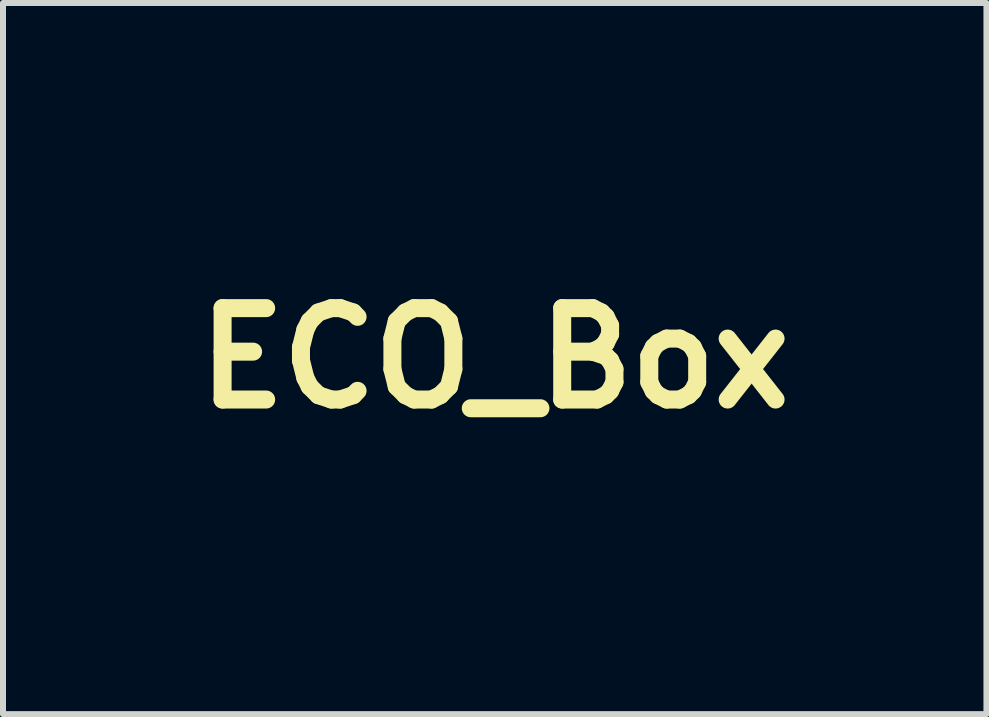
<source format=kicad_pcb>
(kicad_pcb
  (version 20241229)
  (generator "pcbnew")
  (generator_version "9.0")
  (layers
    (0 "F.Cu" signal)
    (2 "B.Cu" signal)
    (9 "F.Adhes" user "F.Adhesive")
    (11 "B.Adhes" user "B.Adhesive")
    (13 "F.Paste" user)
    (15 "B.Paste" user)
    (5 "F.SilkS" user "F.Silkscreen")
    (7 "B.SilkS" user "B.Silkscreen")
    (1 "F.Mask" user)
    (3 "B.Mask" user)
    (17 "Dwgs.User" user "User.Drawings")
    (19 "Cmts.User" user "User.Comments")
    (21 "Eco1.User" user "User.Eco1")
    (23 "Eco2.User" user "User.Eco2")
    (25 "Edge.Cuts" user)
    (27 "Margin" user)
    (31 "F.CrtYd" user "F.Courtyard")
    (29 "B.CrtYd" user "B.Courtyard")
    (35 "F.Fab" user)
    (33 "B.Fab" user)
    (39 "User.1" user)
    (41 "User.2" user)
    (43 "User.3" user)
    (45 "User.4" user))
  (footprint "ECO_Box"
    (layer "F.Cu")
    (at 5.196 2.92)
    (property "Reference" "ECO_Box" (at 0 0 0) (layer "F.SilkS") (effects (font (size 1.524 1.524) (thickness 0.3))))
    (attr through_hole)
    (fp_poly (pts (xy -1.701 -0.407) (xy -1.703 -0.375) (xy -1.712 -0.363) (xy -1.737 -0.362) (xy -1.751 -0.363) (xy -1.785 -0.366) (xy -1.838 -0.37) (xy -1.899 -0.373) (xy -1.934 -0.375) (xy -1.993 -0.378) (xy -2.035 -0.377) (xy -2.061 -0.369) (xy -2.076 -0.349) (xy -2.082 -0.314) (xy -2.084 -0.259) (xy -2.084 -0.2) (xy -2.084 -0.078) (xy -1.932 -0.082) (xy -1.78 -0.086) (xy -1.78 0.007) (xy -1.932 0.002) (xy -2.084 -0.002) (xy -2.084 0.141) (xy -2.083 0.203) (xy -2.081 0.258) (xy -2.078 0.298) (xy -2.075 0.315) (xy -2.067 0.346) (xy -1.688 0.327) (xy -1.688 0.378) (xy -1.688 0.429) (xy -2.262 0.429) (xy -2.262 -0.455) (xy -1.701 -0.455) (xy -1.701 -0.407)) (stroke (width 0.01) (type solid)) (fill yes) (layer "F.Mask"))
    (fp_poly (pts (xy 0.165 -0.451) (xy 0.205 -0.441) (xy 0.248 -0.429) (xy 0.28 -0.418) (xy 0.292 -0.411) (xy 0.294 -0.395) (xy 0.292 -0.361) (xy 0.286 -0.318) (xy 0.278 -0.274) (xy 0.269 -0.24) (xy 0.258 -0.239) (xy 0.233 -0.258) (xy 0.196 -0.292) (xy 0.194 -0.294) (xy 0.152 -0.335) (xy 0.117 -0.36) (xy 0.08 -0.375) (xy 0.05 -0.383) (xy -0.03 -0.393) (xy -0.1 -0.382) (xy -0.154 -0.357) (xy -0.205 -0.311) (xy -0.244 -0.247) (xy -0.27 -0.169) (xy -0.284 -0.084) (xy -0.285 0.005) (xy -0.274 0.092) (xy -0.25 0.173) (xy -0.214 0.242) (xy -0.165 0.294) (xy -0.154 0.301) (xy -0.124 0.319) (xy -0.094 0.33) (xy -0.058 0.334) (xy -0.005 0.335) (xy 0.006 0.335) (xy 0.086 0.331) (xy 0.15 0.316) (xy 0.205 0.289) (xy 0.256 0.25) (xy 0.287 0.225) (xy 0.305 0.217) (xy 0.317 0.224) (xy 0.317 0.225) (xy 0.328 0.247) (xy 0.329 0.253) (xy 0.319 0.272) (xy 0.293 0.299) (xy 0.255 0.331) (xy 0.212 0.362) (xy 0.17 0.387) (xy 0.161 0.392) (xy 0.082 0.419) (xy -0.009 0.432) (xy -0.102 0.432) (xy -0.188 0.417) (xy -0.208 0.411) (xy -0.299 0.365) (xy -0.374 0.3) (xy -0.43 0.216) (xy -0.467 0.117) (xy -0.475 0.077) (xy -0.483 -0.039) (xy -0.467 -0.146) (xy -0.427 -0.242) (xy -0.373 -0.317) (xy -0.291 -0.389) (xy -0.196 -0.439) (xy -0.088 -0.466) (xy 0.033 -0.47) (xy 0.165 -0.451)) (stroke (width 0.01) (type solid)) (fill yes) (layer "F.Mask"))
    (fp_poly (pts (xy 1.931 -0.467) (xy 1.978 -0.463) (xy 2.016 -0.455) (xy 2.054 -0.441) (xy 2.081 -0.43) (xy 2.166 -0.377) (xy 2.234 -0.309) (xy 2.283 -0.229) (xy 2.315 -0.14) (xy 2.33 -0.047) (xy 2.326 0.048) (xy 2.305 0.14) (xy 2.267 0.226) (xy 2.211 0.302) (xy 2.137 0.364) (xy 2.076 0.398) (xy 2.003 0.421) (xy 1.916 0.434) (xy 1.826 0.436) (xy 1.774 0.432) (xy 1.67 0.406) (xy 1.576 0.357) (xy 1.498 0.289) (xy 1.443 0.213) (xy 1.409 0.13) (xy 1.394 0.034) (xy 1.393 -0.009) (xy 1.597 -0.009) (xy 1.598 0.013) (xy 1.612 0.121) (xy 1.643 0.211) (xy 1.689 0.281) (xy 1.751 0.331) (xy 1.807 0.354) (xy 1.848 0.364) (xy 1.879 0.367) (xy 1.913 0.362) (xy 1.946 0.355) (xy 2.01 0.326) (xy 2.059 0.278) (xy 2.094 0.208) (xy 2.115 0.116) (xy 2.122 0.003) (xy 2.121 -0.039) (xy 2.118 -0.106) (xy 2.113 -0.154) (xy 2.105 -0.191) (xy 2.092 -0.226) (xy 2.077 -0.257) (xy 2.032 -0.324) (xy 1.976 -0.368) (xy 1.906 -0.391) (xy 1.846 -0.396) (xy 1.769 -0.384) (xy 1.705 -0.351) (xy 1.656 -0.297) (xy 1.621 -0.221) (xy 1.602 -0.125) (xy 1.597 -0.009) (xy 1.393 -0.009) (xy 1.393 -0.013) (xy 1.406 -0.127) (xy 1.441 -0.228) (xy 1.498 -0.314) (xy 1.577 -0.384) (xy 1.646 -0.425) (xy 1.689 -0.445) (xy 1.724 -0.458) (xy 1.76 -0.465) (xy 1.806 -0.467) (xy 1.866 -0.468) (xy 1.931 -0.467)) (stroke (width 0.01) (type solid)) (fill yes) (layer "F.Mask"))
    (fp_poly (pts (xy 1.705 1.698) (xy 1.744 1.75) (xy 1.782 1.798) (xy 1.811 1.836) (xy 1.825 1.853) (xy 1.858 1.892) (xy 1.892 1.853) (xy 1.914 1.826) (xy 1.947 1.784) (xy 1.986 1.734) (xy 2.014 1.698) (xy 2.101 1.583) (xy 2.172 1.583) (xy 2.214 1.584) (xy 2.233 1.589) (xy 2.234 1.599) (xy 2.222 1.614) (xy 2.196 1.645) (xy 2.159 1.69) (xy 2.114 1.743) (xy 2.073 1.79) (xy 2.025 1.848) (xy 1.983 1.9) (xy 1.952 1.942) (xy 1.933 1.97) (xy 1.929 1.982) (xy 1.939 1.997) (xy 1.962 2.029) (xy 1.996 2.076) (xy 2.039 2.134) (xy 2.088 2.201) (xy 2.11 2.229) (xy 2.284 2.46) (xy 2.174 2.463) (xy 2.118 2.465) (xy 2.083 2.463) (xy 2.062 2.457) (xy 2.049 2.445) (xy 2.048 2.444) (xy 2.034 2.425) (xy 2.009 2.389) (xy 1.974 2.341) (xy 1.934 2.287) (xy 1.924 2.272) (xy 1.816 2.124) (xy 1.735 2.233) (xy 1.695 2.287) (xy 1.655 2.341) (xy 1.622 2.387) (xy 1.611 2.404) (xy 1.586 2.439) (xy 1.565 2.458) (xy 1.54 2.465) (xy 1.501 2.466) (xy 1.496 2.466) (xy 1.457 2.465) (xy 1.431 2.462) (xy 1.424 2.459) (xy 1.432 2.447) (xy 1.454 2.417) (xy 1.487 2.374) (xy 1.53 2.319) (xy 1.579 2.257) (xy 1.588 2.245) (xy 1.752 2.039) (xy 1.657 1.918) (xy 1.608 1.855) (xy 1.554 1.785) (xy 1.503 1.72) (xy 1.48 1.689) (xy 1.396 1.583) (xy 1.618 1.583) (xy 1.705 1.698)) (stroke (width 0.01) (type solid)) (fill yes) (layer "F.Mask"))
    (fp_poly (pts (xy 1.741 -2.49) (xy 1.839 -2.487) (xy 1.915 -2.481) (xy 1.973 -2.472) (xy 2.016 -2.458) (xy 2.05 -2.437) (xy 2.077 -2.409) (xy 2.094 -2.387) (xy 2.118 -2.329) (xy 2.121 -2.266) (xy 2.103 -2.205) (xy 2.066 -2.152) (xy 2.038 -2.129) (xy 2.005 -2.107) (xy 2.072 -2.074) (xy 2.137 -2.029) (xy 2.181 -1.971) (xy 2.204 -1.906) (xy 2.204 -1.836) (xy 2.181 -1.768) (xy 2.134 -1.705) (xy 2.128 -1.699) (xy 2.096 -1.671) (xy 2.063 -1.651) (xy 2.025 -1.635) (xy 1.976 -1.625) (xy 1.914 -1.618) (xy 1.832 -1.614) (xy 1.754 -1.612) (xy 1.523 -1.606) (xy 1.523 -2.061) (xy 1.7 -2.061) (xy 1.704 -1.878) (xy 1.706 -1.806) (xy 1.708 -1.755) (xy 1.711 -1.723) (xy 1.716 -1.704) (xy 1.723 -1.694) (xy 1.735 -1.688) (xy 1.741 -1.687) (xy 1.821 -1.677) (xy 1.906 -1.688) (xy 1.963 -1.711) (xy 2 -1.752) (xy 2.017 -1.809) (xy 2.018 -1.834) (xy 2.01 -1.907) (xy 1.988 -1.969) (xy 1.954 -2.013) (xy 1.934 -2.027) (xy 1.9 -2.039) (xy 1.85 -2.049) (xy 1.796 -2.055) (xy 1.7 -2.061) (xy 1.523 -2.061) (xy 1.523 -2.259) (xy 1.701 -2.259) (xy 1.701 -2.123) (xy 1.772 -2.123) (xy 1.821 -2.126) (xy 1.865 -2.133) (xy 1.882 -2.137) (xy 1.921 -2.162) (xy 1.944 -2.206) (xy 1.952 -2.271) (xy 1.952 -2.275) (xy 1.944 -2.343) (xy 1.921 -2.389) (xy 1.89 -2.412) (xy 1.854 -2.422) (xy 1.809 -2.426) (xy 1.764 -2.425) (xy 1.729 -2.418) (xy 1.717 -2.411) (xy 1.709 -2.388) (xy 1.703 -2.341) (xy 1.701 -2.271) (xy 1.701 -2.259) (xy 1.523 -2.259) (xy 1.523 -2.494) (xy 1.741 -2.49)) (stroke (width 0.01) (type solid)) (fill yes) (layer "F.Mask"))
    (fp_poly (pts (xy -1.2 -0.841) (xy -1.15 -0.807) (xy -1.115 -0.759) (xy -1.111 -0.752) (xy -1.081 -0.693) (xy -1.082 0.013) (xy -1.083 0.177) (xy -1.083 0.316) (xy -1.084 0.434) (xy -1.085 0.532) (xy -1.088 0.611) (xy -1.091 0.675) (xy -1.095 0.724) (xy -1.101 0.763) (xy -1.108 0.791) (xy -1.117 0.812) (xy -1.128 0.828) (xy -1.141 0.84) (xy -1.156 0.851) (xy -1.16 0.854) (xy -1.204 0.884) (xy -1.878 0.884) (xy -2.029 0.883) (xy -2.156 0.883) (xy -2.261 0.883) (xy -2.346 0.882) (xy -2.414 0.881) (xy -2.467 0.88) (xy -2.507 0.878) (xy -2.537 0.875) (xy -2.558 0.872) (xy -2.574 0.868) (xy -2.586 0.863) (xy -2.594 0.858) (xy -2.613 0.847) (xy -2.628 0.837) (xy -2.642 0.825) (xy -2.653 0.811) (xy -2.662 0.791) (xy -2.669 0.764) (xy -2.674 0.727) (xy -2.678 0.679) (xy -2.679 0.655) (xy -2.625 0.655) (xy -2.597 0.691) (xy -2.569 0.72) (xy -2.541 0.738) (xy -2.54 0.739) (xy -2.521 0.741) (xy -2.479 0.743) (xy -2.416 0.745) (xy -2.335 0.747) (xy -2.24 0.749) (xy -2.132 0.75) (xy -2.014 0.751) (xy -1.935 0.751) (xy -1.793 0.751) (xy -1.675 0.751) (xy -1.578 0.75) (xy -1.501 0.749) (xy -1.441 0.747) (xy -1.396 0.745) (xy -1.363 0.742) (xy -1.34 0.739) (xy -1.324 0.734) (xy -1.319 0.732) (xy -1.283 0.7) (xy -1.267 0.663) (xy -1.263 0.638) (xy -1.261 0.589) (xy -1.258 0.521) (xy -1.256 0.437) (xy -1.255 0.339) (xy -1.254 0.23) (xy -1.253 0.115) (xy -1.253 -0.004) (xy -1.253 -0.123) (xy -1.253 -0.24) (xy -1.254 -0.35) (xy -1.256 -0.451) (xy -1.258 -0.54) (xy -1.26 -0.613) (xy -1.263 -0.667) (xy -1.266 -0.698) (xy -1.267 -0.702) (xy -1.283 -0.743) (xy -1.306 -0.775) (xy -1.309 -0.778) (xy -1.316 -0.784) (xy -1.326 -0.79) (xy -1.34 -0.794) (xy -1.36 -0.797) (xy -1.39 -0.8) (xy -1.431 -0.801) (xy -1.486 -0.803) (xy -1.558 -0.804) (xy -1.648 -0.804) (xy -1.759 -0.804) (xy -1.893 -0.804) (xy -1.934 -0.804) (xy -2.532 -0.804) (xy -2.618 -0.728) (xy -2.621 -0.036) (xy -2.625 0.655) (xy -2.679 0.655) (xy -2.681 0.618) (xy -2.682 0.54) (xy -2.683 0.445) (xy -2.684 0.33) (xy -2.684 0.192) (xy -2.684 0.031) (xy -2.684 0.011) (xy -2.684 -0.148) (xy -2.684 -0.283) (xy -2.683 -0.396) (xy -2.683 -0.489) (xy -2.682 -0.564) (xy -2.681 -0.623) (xy -2.679 -0.669) (xy -2.677 -0.703) (xy -2.674 -0.727) (xy -2.671 -0.745) (xy -2.666 -0.757) (xy -2.661 -0.766) (xy -2.657 -0.773) (xy -2.625 -0.808) (xy -2.593 -0.837) (xy -2.584 -0.843) (xy -2.573 -0.848) (xy -2.559 -0.852) (xy -2.538 -0.856) (xy -2.51 -0.859) (xy -2.47 -0.861) (xy -2.417 -0.863) (xy -2.349 -0.864) (xy -2.263 -0.865) (xy -2.158 -0.866) (xy -2.03 -0.867) (xy -1.908 -0.867) (xy -1.259 -0.871) (xy -1.2 -0.841)) (stroke (width 0.01) (type solid)) (fill yes) (layer "F.Mask"))
    (fp_poly (pts (xy 2.584 -0.844) (xy 2.624 -0.816) (xy 2.659 -0.786) (xy 2.669 -0.774) (xy 2.675 -0.765) (xy 2.68 -0.756) (xy 2.684 -0.743) (xy 2.688 -0.725) (xy 2.69 -0.699) (xy 2.693 -0.664) (xy 2.694 -0.617) (xy 2.695 -0.556) (xy 2.696 -0.479) (xy 2.697 -0.384) (xy 2.697 -0.269) (xy 2.697 -0.131) (xy 2.697 0.02) (xy 2.697 0.18) (xy 2.697 0.316) (xy 2.697 0.43) (xy 2.696 0.524) (xy 2.695 0.599) (xy 2.694 0.659) (xy 2.692 0.706) (xy 2.69 0.74) (xy 2.688 0.766) (xy 2.684 0.783) (xy 2.68 0.796) (xy 2.675 0.805) (xy 2.669 0.813) (xy 2.657 0.83) (xy 2.644 0.845) (xy 2.629 0.857) (xy 2.61 0.866) (xy 2.585 0.874) (xy 2.55 0.88) (xy 2.504 0.884) (xy 2.445 0.887) (xy 2.37 0.889) (xy 2.276 0.891) (xy 2.162 0.891) (xy 2.026 0.892) (xy 1.939 0.892) (xy 1.811 0.892) (xy 1.689 0.892) (xy 1.577 0.892) (xy 1.477 0.891) (xy 1.392 0.89) (xy 1.325 0.888) (xy 1.279 0.887) (xy 1.258 0.885) (xy 1.191 0.864) (xy 1.143 0.828) (xy 1.116 0.786) (xy 1.111 0.774) (xy 1.107 0.759) (xy 1.104 0.738) (xy 1.101 0.708) (xy 1.099 0.669) (xy 1.098 0.618) (xy 1.097 0.552) (xy 1.096 0.47) (xy 1.096 0.369) (xy 1.097 0.248) (xy 1.097 0.104) (xy 1.098 -0.003) (xy 1.098 -0.033) (xy 1.161 -0.033) (xy 1.161 -0.02) (xy 1.161 0.14) (xy 1.162 0.274) (xy 1.162 0.386) (xy 1.164 0.477) (xy 1.166 0.548) (xy 1.168 0.602) (xy 1.171 0.64) (xy 1.174 0.663) (xy 1.177 0.673) (xy 1.2 0.701) (xy 1.234 0.726) (xy 1.24 0.729) (xy 1.253 0.734) (xy 1.268 0.739) (xy 1.289 0.743) (xy 1.318 0.746) (xy 1.357 0.748) (xy 1.409 0.749) (xy 1.476 0.75) (xy 1.561 0.75) (xy 1.666 0.75) (xy 1.794 0.749) (xy 1.871 0.749) (xy 2.455 0.745) (xy 2.487 0.708) (xy 2.519 0.671) (xy 2.519 -0.727) (xy 2.48 -0.766) (xy 2.442 -0.804) (xy 1.857 -0.804) (xy 1.707 -0.804) (xy 1.581 -0.803) (xy 1.478 -0.802) (xy 1.396 -0.801) (xy 1.333 -0.798) (xy 1.288 -0.796) (xy 1.257 -0.792) (xy 1.241 -0.788) (xy 1.24 -0.788) (xy 1.212 -0.765) (xy 1.186 -0.73) (xy 1.184 -0.725) (xy 1.178 -0.713) (xy 1.174 -0.697) (xy 1.17 -0.676) (xy 1.168 -0.648) (xy 1.165 -0.609) (xy 1.164 -0.557) (xy 1.162 -0.491) (xy 1.161 -0.408) (xy 1.161 -0.305) (xy 1.161 -0.181) (xy 1.161 -0.033) (xy 1.098 -0.033) (xy 1.101 -0.745) (xy 1.131 -0.786) (xy 1.163 -0.82) (xy 1.203 -0.849) (xy 1.21 -0.852) (xy 1.223 -0.858) (xy 1.238 -0.863) (xy 1.257 -0.867) (xy 1.284 -0.87) (xy 1.32 -0.872) (xy 1.368 -0.874) (xy 1.43 -0.875) (xy 1.508 -0.876) (xy 1.605 -0.877) (xy 1.724 -0.877) (xy 1.866 -0.877) (xy 1.892 -0.877) (xy 2.525 -0.877) (xy 2.584 -0.844)) (stroke (width 0.01) (type solid)) (fill yes) (layer "F.Mask"))
    (fp_poly (pts (xy 1.906 -2.912) (xy 2.051 -2.911) (xy 2.173 -2.91) (xy 2.273 -2.909) (xy 2.354 -2.908) (xy 2.418 -2.906) (xy 2.467 -2.904) (xy 2.505 -2.902) (xy 2.533 -2.899) (xy 2.553 -2.895) (xy 2.569 -2.89) (xy 2.582 -2.884) (xy 2.593 -2.879) (xy 2.645 -2.839) (xy 2.676 -2.791) (xy 2.682 -2.778) (xy 2.687 -2.765) (xy 2.692 -2.749) (xy 2.695 -2.728) (xy 2.698 -2.7) (xy 2.7 -2.663) (xy 2.701 -2.615) (xy 2.702 -2.553) (xy 2.702 -2.475) (xy 2.702 -2.379) (xy 2.702 -2.262) (xy 2.701 -2.123) (xy 2.701 -2.002) (xy 2.7 -1.844) (xy 2.699 -1.71) (xy 2.698 -1.598) (xy 2.697 -1.506) (xy 2.695 -1.432) (xy 2.694 -1.374) (xy 2.692 -1.329) (xy 2.689 -1.296) (xy 2.686 -1.272) (xy 2.682 -1.255) (xy 2.678 -1.243) (xy 2.674 -1.236) (xy 2.662 -1.218) (xy 2.651 -1.203) (xy 2.638 -1.19) (xy 2.621 -1.18) (xy 2.599 -1.172) (xy 2.568 -1.165) (xy 2.526 -1.161) (xy 2.471 -1.157) (xy 2.401 -1.155) (xy 2.314 -1.154) (xy 2.207 -1.153) (xy 2.078 -1.152) (xy 1.933 -1.152) (xy 1.803 -1.152) (xy 1.681 -1.152) (xy 1.568 -1.152) (xy 1.468 -1.153) (xy 1.383 -1.154) (xy 1.316 -1.156) (xy 1.27 -1.157) (xy 1.247 -1.159) (xy 1.246 -1.159) (xy 1.186 -1.181) (xy 1.145 -1.213) (xy 1.124 -1.243) (xy 1.119 -1.254) (xy 1.115 -1.268) (xy 1.112 -1.287) (xy 1.109 -1.314) (xy 1.106 -1.35) (xy 1.105 -1.397) (xy 1.103 -1.459) (xy 1.102 -1.536) (xy 1.102 -1.632) (xy 1.101 -1.748) (xy 1.101 -1.886) (xy 1.101 -2.024) (xy 1.101 -2.183) (xy 1.101 -2.213) (xy 1.161 -2.213) (xy 1.161 -2.055) (xy 1.161 -2.054) (xy 1.161 -1.898) (xy 1.162 -1.766) (xy 1.163 -1.656) (xy 1.164 -1.567) (xy 1.166 -1.497) (xy 1.168 -1.443) (xy 1.17 -1.404) (xy 1.174 -1.378) (xy 1.178 -1.363) (xy 1.179 -1.36) (xy 1.188 -1.345) (xy 1.197 -1.332) (xy 1.21 -1.322) (xy 1.229 -1.313) (xy 1.255 -1.307) (xy 1.291 -1.302) (xy 1.34 -1.298) (xy 1.404 -1.296) (xy 1.484 -1.294) (xy 1.584 -1.293) (xy 1.706 -1.293) (xy 1.852 -1.293) (xy 1.855 -1.293) (xy 2.451 -1.292) (xy 2.525 -1.356) (xy 2.529 -2.04) (xy 2.53 -2.192) (xy 2.53 -2.321) (xy 2.53 -2.428) (xy 2.53 -2.515) (xy 2.529 -2.584) (xy 2.528 -2.639) (xy 2.526 -2.681) (xy 2.524 -2.712) (xy 2.52 -2.735) (xy 2.516 -2.751) (xy 2.512 -2.764) (xy 2.509 -2.769) (xy 2.485 -2.804) (xy 2.457 -2.83) (xy 2.453 -2.832) (xy 2.43 -2.836) (xy 2.384 -2.84) (xy 2.319 -2.844) (xy 2.238 -2.846) (xy 2.144 -2.848) (xy 2.04 -2.85) (xy 1.931 -2.85) (xy 1.819 -2.85) (xy 1.708 -2.849) (xy 1.601 -2.848) (xy 1.502 -2.846) (xy 1.415 -2.843) (xy 1.341 -2.84) (xy 1.286 -2.836) (xy 1.252 -2.831) (xy 1.245 -2.829) (xy 1.227 -2.821) (xy 1.212 -2.813) (xy 1.199 -2.801) (xy 1.189 -2.784) (xy 1.18 -2.761) (xy 1.174 -2.727) (xy 1.169 -2.683) (xy 1.165 -2.624) (xy 1.163 -2.55) (xy 1.162 -2.459) (xy 1.161 -2.347) (xy 1.161 -2.213) (xy 1.101 -2.213) (xy 1.101 -2.317) (xy 1.102 -2.429) (xy 1.102 -2.521) (xy 1.103 -2.596) (xy 1.104 -2.655) (xy 1.106 -2.7) (xy 1.108 -2.734) (xy 1.111 -2.76) (xy 1.115 -2.778) (xy 1.119 -2.792) (xy 1.124 -2.803) (xy 1.128 -2.809) (xy 1.161 -2.849) (xy 1.209 -2.883) (xy 1.214 -2.885) (xy 1.273 -2.915) (xy 1.906 -2.912)) (stroke (width 0.01) (type solid)) (fill yes) (layer "F.Mask"))
    (fp_poly (pts (xy 0.685 -0.841) (xy 0.726 -0.815) (xy 0.761 -0.785) (xy 0.771 -0.774) (xy 0.776 -0.765) (xy 0.781 -0.756) (xy 0.785 -0.742) (xy 0.789 -0.724) (xy 0.791 -0.697) (xy 0.794 -0.661) (xy 0.795 -0.613) (xy 0.796 -0.551) (xy 0.797 -0.473) (xy 0.798 -0.377) (xy 0.798 -0.26) (xy 0.798 -0.121) (xy 0.798 0.02) (xy 0.798 0.18) (xy 0.798 0.316) (xy 0.797 0.43) (xy 0.797 0.524) (xy 0.796 0.599) (xy 0.795 0.659) (xy 0.793 0.706) (xy 0.791 0.74) (xy 0.788 0.766) (xy 0.785 0.783) (xy 0.781 0.796) (xy 0.776 0.805) (xy 0.77 0.813) (xy 0.759 0.829) (xy 0.747 0.842) (xy 0.734 0.852) (xy 0.716 0.861) (xy 0.692 0.868) (xy 0.658 0.873) (xy 0.614 0.877) (xy 0.556 0.88) (xy 0.483 0.882) (xy 0.392 0.883) (xy 0.281 0.883) (xy 0.148 0.883) (xy 0.013 0.883) (xy -0.138 0.883) (xy -0.264 0.883) (xy -0.369 0.883) (xy -0.455 0.882) (xy -0.523 0.881) (xy -0.576 0.879) (xy -0.616 0.877) (xy -0.647 0.874) (xy -0.668 0.871) (xy -0.684 0.866) (xy -0.697 0.861) (xy -0.699 0.86) (xy -0.736 0.833) (xy -0.768 0.796) (xy -0.771 0.791) (xy -0.777 0.781) (xy -0.782 0.769) (xy -0.786 0.753) (xy -0.789 0.732) (xy -0.792 0.704) (xy -0.794 0.665) (xy -0.795 0.614) (xy -0.796 0.549) (xy -0.797 0.467) (xy -0.798 0.367) (xy -0.798 0.245) (xy -0.798 0.101) (xy -0.798 0.013) (xy -0.798 -0.013) (xy -0.738 -0.013) (xy -0.738 0.134) (xy -0.738 0.258) (xy -0.738 0.36) (xy -0.737 0.443) (xy -0.736 0.508) (xy -0.734 0.559) (xy -0.731 0.597) (xy -0.728 0.626) (xy -0.725 0.646) (xy -0.72 0.661) (xy -0.715 0.672) (xy -0.706 0.691) (xy -0.697 0.706) (xy -0.684 0.718) (xy -0.667 0.728) (xy -0.643 0.736) (xy -0.609 0.741) (xy -0.564 0.745) (xy -0.504 0.748) (xy -0.428 0.749) (xy -0.333 0.75) (xy -0.217 0.749) (xy -0.078 0.749) (xy -0.03 0.748) (xy 0.566 0.745) (xy 0.596 0.715) (xy 0.626 0.685) (xy 0.63 0.01) (xy 0.631 -0.168) (xy 0.631 -0.319) (xy 0.631 -0.446) (xy 0.629 -0.547) (xy 0.627 -0.625) (xy 0.625 -0.679) (xy 0.621 -0.711) (xy 0.62 -0.715) (xy 0.614 -0.736) (xy 0.608 -0.753) (xy 0.599 -0.767) (xy 0.585 -0.778) (xy 0.564 -0.787) (xy 0.533 -0.793) (xy 0.491 -0.798) (xy 0.434 -0.801) (xy 0.362 -0.803) (xy 0.271 -0.803) (xy 0.16 -0.803) (xy 0.026 -0.802) (xy -0.056 -0.802) (xy -0.198 -0.801) (xy -0.316 -0.8) (xy -0.412 -0.799) (xy -0.489 -0.797) (xy -0.549 -0.796) (xy -0.594 -0.794) (xy -0.627 -0.791) (xy -0.65 -0.788) (xy -0.666 -0.784) (xy -0.676 -0.779) (xy -0.684 -0.773) (xy -0.684 -0.773) (xy -0.707 -0.743) (xy -0.724 -0.704) (xy -0.725 -0.7) (xy -0.728 -0.676) (xy -0.731 -0.627) (xy -0.733 -0.556) (xy -0.735 -0.463) (xy -0.737 -0.352) (xy -0.738 -0.225) (xy -0.738 -0.082) (xy -0.738 -0.013) (xy -0.798 -0.013) (xy -0.798 -0.144) (xy -0.798 -0.278) (xy -0.797 -0.389) (xy -0.797 -0.481) (xy -0.796 -0.555) (xy -0.795 -0.613) (xy -0.793 -0.658) (xy -0.791 -0.692) (xy -0.788 -0.717) (xy -0.784 -0.735) (xy -0.78 -0.748) (xy -0.774 -0.759) (xy -0.771 -0.764) (xy -0.743 -0.802) (xy -0.711 -0.834) (xy -0.708 -0.836) (xy -0.699 -0.842) (xy -0.688 -0.848) (xy -0.674 -0.852) (xy -0.654 -0.856) (xy -0.626 -0.858) (xy -0.588 -0.861) (xy -0.536 -0.862) (xy -0.469 -0.864) (xy -0.385 -0.865) (xy -0.282 -0.866) (xy -0.156 -0.867) (xy -0.022 -0.867) (xy 0.626 -0.871) (xy 0.685 -0.841)) (stroke (width 0.01) (type solid)) (fill yes) (layer "F.Mask"))
    (fp_poly (pts (xy 2.041 1.167) (xy 2.166 1.167) (xy 2.268 1.168) (xy 2.351 1.169) (xy 2.417 1.17) (xy 2.469 1.172) (xy 2.507 1.174) (xy 2.535 1.177) (xy 2.556 1.181) (xy 2.57 1.185) (xy 2.58 1.19) (xy 2.631 1.228) (xy 2.672 1.277) (xy 2.695 1.328) (xy 2.697 1.336) (xy 2.698 1.357) (xy 2.7 1.401) (xy 2.701 1.467) (xy 2.701 1.552) (xy 2.702 1.653) (xy 2.702 1.766) (xy 2.702 1.891) (xy 2.701 2.024) (xy 2.701 2.09) (xy 2.7 2.253) (xy 2.699 2.391) (xy 2.698 2.507) (xy 2.696 2.602) (xy 2.694 2.68) (xy 2.69 2.742) (xy 2.685 2.79) (xy 2.679 2.825) (xy 2.671 2.852) (xy 2.66 2.87) (xy 2.648 2.883) (xy 2.632 2.892) (xy 2.614 2.9) (xy 2.598 2.906) (xy 2.583 2.911) (xy 2.564 2.915) (xy 2.537 2.919) (xy 2.502 2.922) (xy 2.455 2.924) (xy 2.394 2.925) (xy 2.317 2.926) (xy 2.222 2.927) (xy 2.105 2.927) (xy 1.966 2.927) (xy 1.902 2.927) (xy 1.755 2.927) (xy 1.631 2.927) (xy 1.529 2.927) (xy 1.447 2.926) (xy 1.381 2.925) (xy 1.33 2.923) (xy 1.291 2.921) (xy 1.261 2.918) (xy 1.239 2.914) (xy 1.222 2.909) (xy 1.208 2.904) (xy 1.204 2.902) (xy 1.183 2.893) (xy 1.165 2.884) (xy 1.15 2.873) (xy 1.137 2.859) (xy 1.127 2.839) (xy 1.119 2.811) (xy 1.113 2.773) (xy 1.108 2.724) (xy 1.105 2.661) (xy 1.103 2.581) (xy 1.102 2.484) (xy 1.101 2.367) (xy 1.101 2.227) (xy 1.101 2.064) (xy 1.101 2.051) (xy 1.101 1.892) (xy 1.101 1.758) (xy 1.101 1.717) (xy 1.162 1.717) (xy 1.163 1.848) (xy 1.163 2.002) (xy 1.163 2.037) (xy 1.164 2.188) (xy 1.165 2.315) (xy 1.166 2.42) (xy 1.167 2.505) (xy 1.168 2.573) (xy 1.17 2.625) (xy 1.172 2.665) (xy 1.175 2.693) (xy 1.178 2.713) (xy 1.182 2.726) (xy 1.187 2.735) (xy 1.193 2.742) (xy 1.196 2.745) (xy 1.228 2.767) (xy 1.27 2.782) (xy 1.275 2.783) (xy 1.299 2.785) (xy 1.346 2.787) (xy 1.413 2.789) (xy 1.498 2.79) (xy 1.597 2.791) (xy 1.707 2.792) (xy 1.824 2.792) (xy 1.882 2.791) (xy 2.017 2.791) (xy 2.129 2.79) (xy 2.22 2.789) (xy 2.291 2.788) (xy 2.347 2.787) (xy 2.388 2.785) (xy 2.418 2.782) (xy 2.44 2.778) (xy 2.454 2.774) (xy 2.466 2.768) (xy 2.475 2.762) (xy 2.503 2.733) (xy 2.52 2.703) (xy 2.521 2.702) (xy 2.523 2.68) (xy 2.525 2.635) (xy 2.527 2.57) (xy 2.528 2.487) (xy 2.529 2.392) (xy 2.53 2.285) (xy 2.531 2.172) (xy 2.531 2.054) (xy 2.53 1.935) (xy 2.53 1.818) (xy 2.529 1.707) (xy 2.528 1.604) (xy 2.526 1.513) (xy 2.525 1.437) (xy 2.523 1.379) (xy 2.52 1.342) (xy 2.519 1.331) (xy 2.502 1.291) (xy 2.48 1.26) (xy 2.478 1.258) (xy 2.47 1.252) (xy 2.459 1.247) (xy 2.444 1.243) (xy 2.42 1.24) (xy 2.387 1.237) (xy 2.341 1.235) (xy 2.281 1.233) (xy 2.203 1.232) (xy 2.106 1.231) (xy 1.987 1.23) (xy 1.871 1.229) (xy 1.73 1.229) (xy 1.613 1.228) (xy 1.517 1.228) (xy 1.441 1.229) (xy 1.381 1.23) (xy 1.335 1.232) (xy 1.302 1.234) (xy 1.277 1.238) (xy 1.259 1.242) (xy 1.247 1.247) (xy 1.228 1.256) (xy 1.213 1.265) (xy 1.199 1.277) (xy 1.189 1.294) (xy 1.18 1.317) (xy 1.174 1.349) (xy 1.169 1.392) (xy 1.165 1.448) (xy 1.163 1.52) (xy 1.162 1.609) (xy 1.162 1.717) (xy 1.101 1.717) (xy 1.102 1.646) (xy 1.102 1.554) (xy 1.103 1.48) (xy 1.104 1.421) (xy 1.106 1.375) (xy 1.108 1.341) (xy 1.111 1.316) (xy 1.115 1.297) (xy 1.119 1.284) (xy 1.124 1.273) (xy 1.128 1.267) (xy 1.159 1.228) (xy 1.197 1.196) (xy 1.201 1.194) (xy 1.212 1.188) (xy 1.224 1.183) (xy 1.241 1.179) (xy 1.263 1.175) (xy 1.293 1.173) (xy 1.335 1.171) (xy 1.389 1.169) (xy 1.458 1.168) (xy 1.546 1.168) (xy 1.653 1.167) (xy 1.783 1.167) (xy 1.892 1.167) (xy 2.041 1.167)) (stroke (width 0.01) (type solid)) (fill yes) (layer "F.Mask")))
  (gr_rect
    (start -3 -3)
    (end 13.392 8.853)
    (stroke (width 0.1) (type default))
    (fill no)
    (layer "Edge.Cuts")))
</source>
